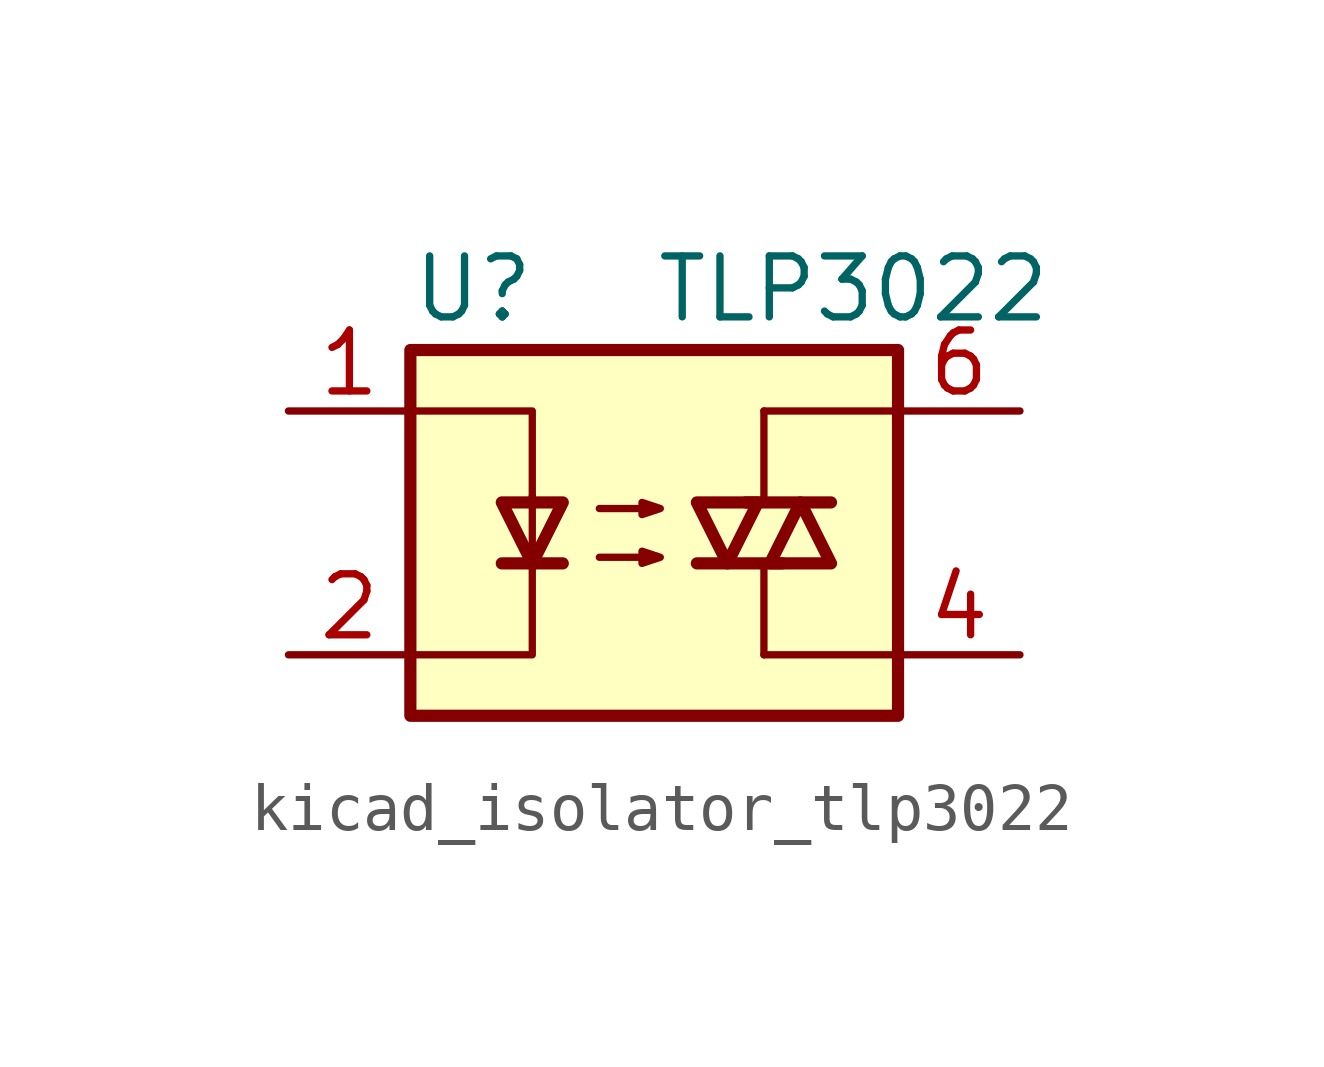
<source format=kicad_sym>
(kicad_symbol_lib
  (version 20220914)
  (generator kicad_symbol_editor)
  (symbol "kicad_isolator_tlp3022"
    (pin_names
      (offset 1.016))
    (property "Reference" "U"
      (at -5.08 5.08 0)
      (effects (font (size 1.27 1.27)) (justify left)))
    (property "Value" "TLP3022"
      (at 0 5.08 0)
      (effects (font (size 1.27 1.27)) (justify left)))
    (symbol "kicad_isolator_tlp3022_0_1"
      (rectangle (start -5.08 3.81) (end 5.08 -3.81) (stroke (width 0.254) (type default)) (fill (type background)))
      (polyline (pts (xy -3.175 -0.635) (xy -1.905 -0.635)) (stroke (width 0.254) (type default)) (fill (type none)))
      (polyline (pts (xy 1.905 0.635) (xy 3.683 0.635)) (stroke (width 0.254) (type default)) (fill (type none)))
      (polyline (pts (xy 2.286 -2.54) (xy 2.286 -0.635)) (stroke (width 0) (type default)) (fill (type none)))
      (polyline (pts (xy 2.286 -2.54) (xy 5.08 -2.54)) (stroke (width 0) (type default)) (fill (type none)))
      (polyline (pts (xy 2.286 2.54) (xy 2.286 0.635)) (stroke (width 0) (type default)) (fill (type none)))
      (polyline (pts (xy 2.286 2.54) (xy 5.08 2.54)) (stroke (width 0) (type default)) (fill (type none)))
      (polyline (pts (xy 2.667 -0.635) (xy 0.889 -0.635)) (stroke (width 0.254) (type default)) (fill (type none)))
      (polyline (pts (xy -5.08 2.54) (xy -2.54 2.54) (xy -2.54 0.635)) (stroke (width 0) (type default)) (fill (type none)))
      (polyline (pts (xy -2.54 0.762) (xy -2.54 -2.54) (xy -5.08 -2.54)) (stroke (width 0) (type default)) (fill (type none)))
      (polyline (pts (xy -2.54 -0.635) (xy -3.175 0.635) (xy -1.905 0.635) (xy -2.54 -0.635)) (stroke (width 0.254) (type default)) (fill (type none)))
      (polyline (pts (xy 1.524 -0.635) (xy 2.159 0.635) (xy 0.889 0.635) (xy 1.524 -0.635)) (stroke (width 0.254) (type default)) (fill (type none)))
      (polyline (pts (xy 3.048 0.635) (xy 2.413 -0.635) (xy 3.683 -0.635) (xy 3.048 0.635)) (stroke (width 0.254) (type default)) (fill (type none)))
      (polyline (pts (xy -1.143 -0.508) (xy 0.127 -0.508) (xy -0.254 -0.635) (xy -0.254 -0.381) (xy 0.127 -0.508)) (stroke (width 0) (type default)) (fill (type none)))
      (polyline (pts (xy -1.143 0.508) (xy 0.127 0.508) (xy -0.254 0.381) (xy -0.254 0.635) (xy 0.127 0.508)) (stroke (width 0) (type default)) (fill (type none))))
    (symbol "kicad_isolator_tlp3022_1_1"
      (pin passive line (at -7.62 2.54 0) (length 2.54) (name "~" (effects (font (size 1.27 1.27)))) (number "1" (effects (font (size 1.27 1.27)))))
      (pin passive line (at -7.62 -2.54 0) (length 2.54) (name "~" (effects (font (size 1.27 1.27)))) (number "2" (effects (font (size 1.27 1.27)))))
      (pin no_connect line (at -5.08 0 0) (length 2.54) hide (name "NC" (effects (font (size 1.27 1.27)))) (number "3" (effects (font (size 1.27 1.27)))))
      (pin passive line (at 7.62 -2.54 180) (length 2.54) (name "~" (effects (font (size 1.27 1.27)))) (number "4" (effects (font (size 1.27 1.27)))))
      (pin passive line (at 7.62 2.54 180) (length 2.54) (name "~" (effects (font (size 1.27 1.27)))) (number "6" (effects (font (size 1.27 1.27))))))))
</source>
